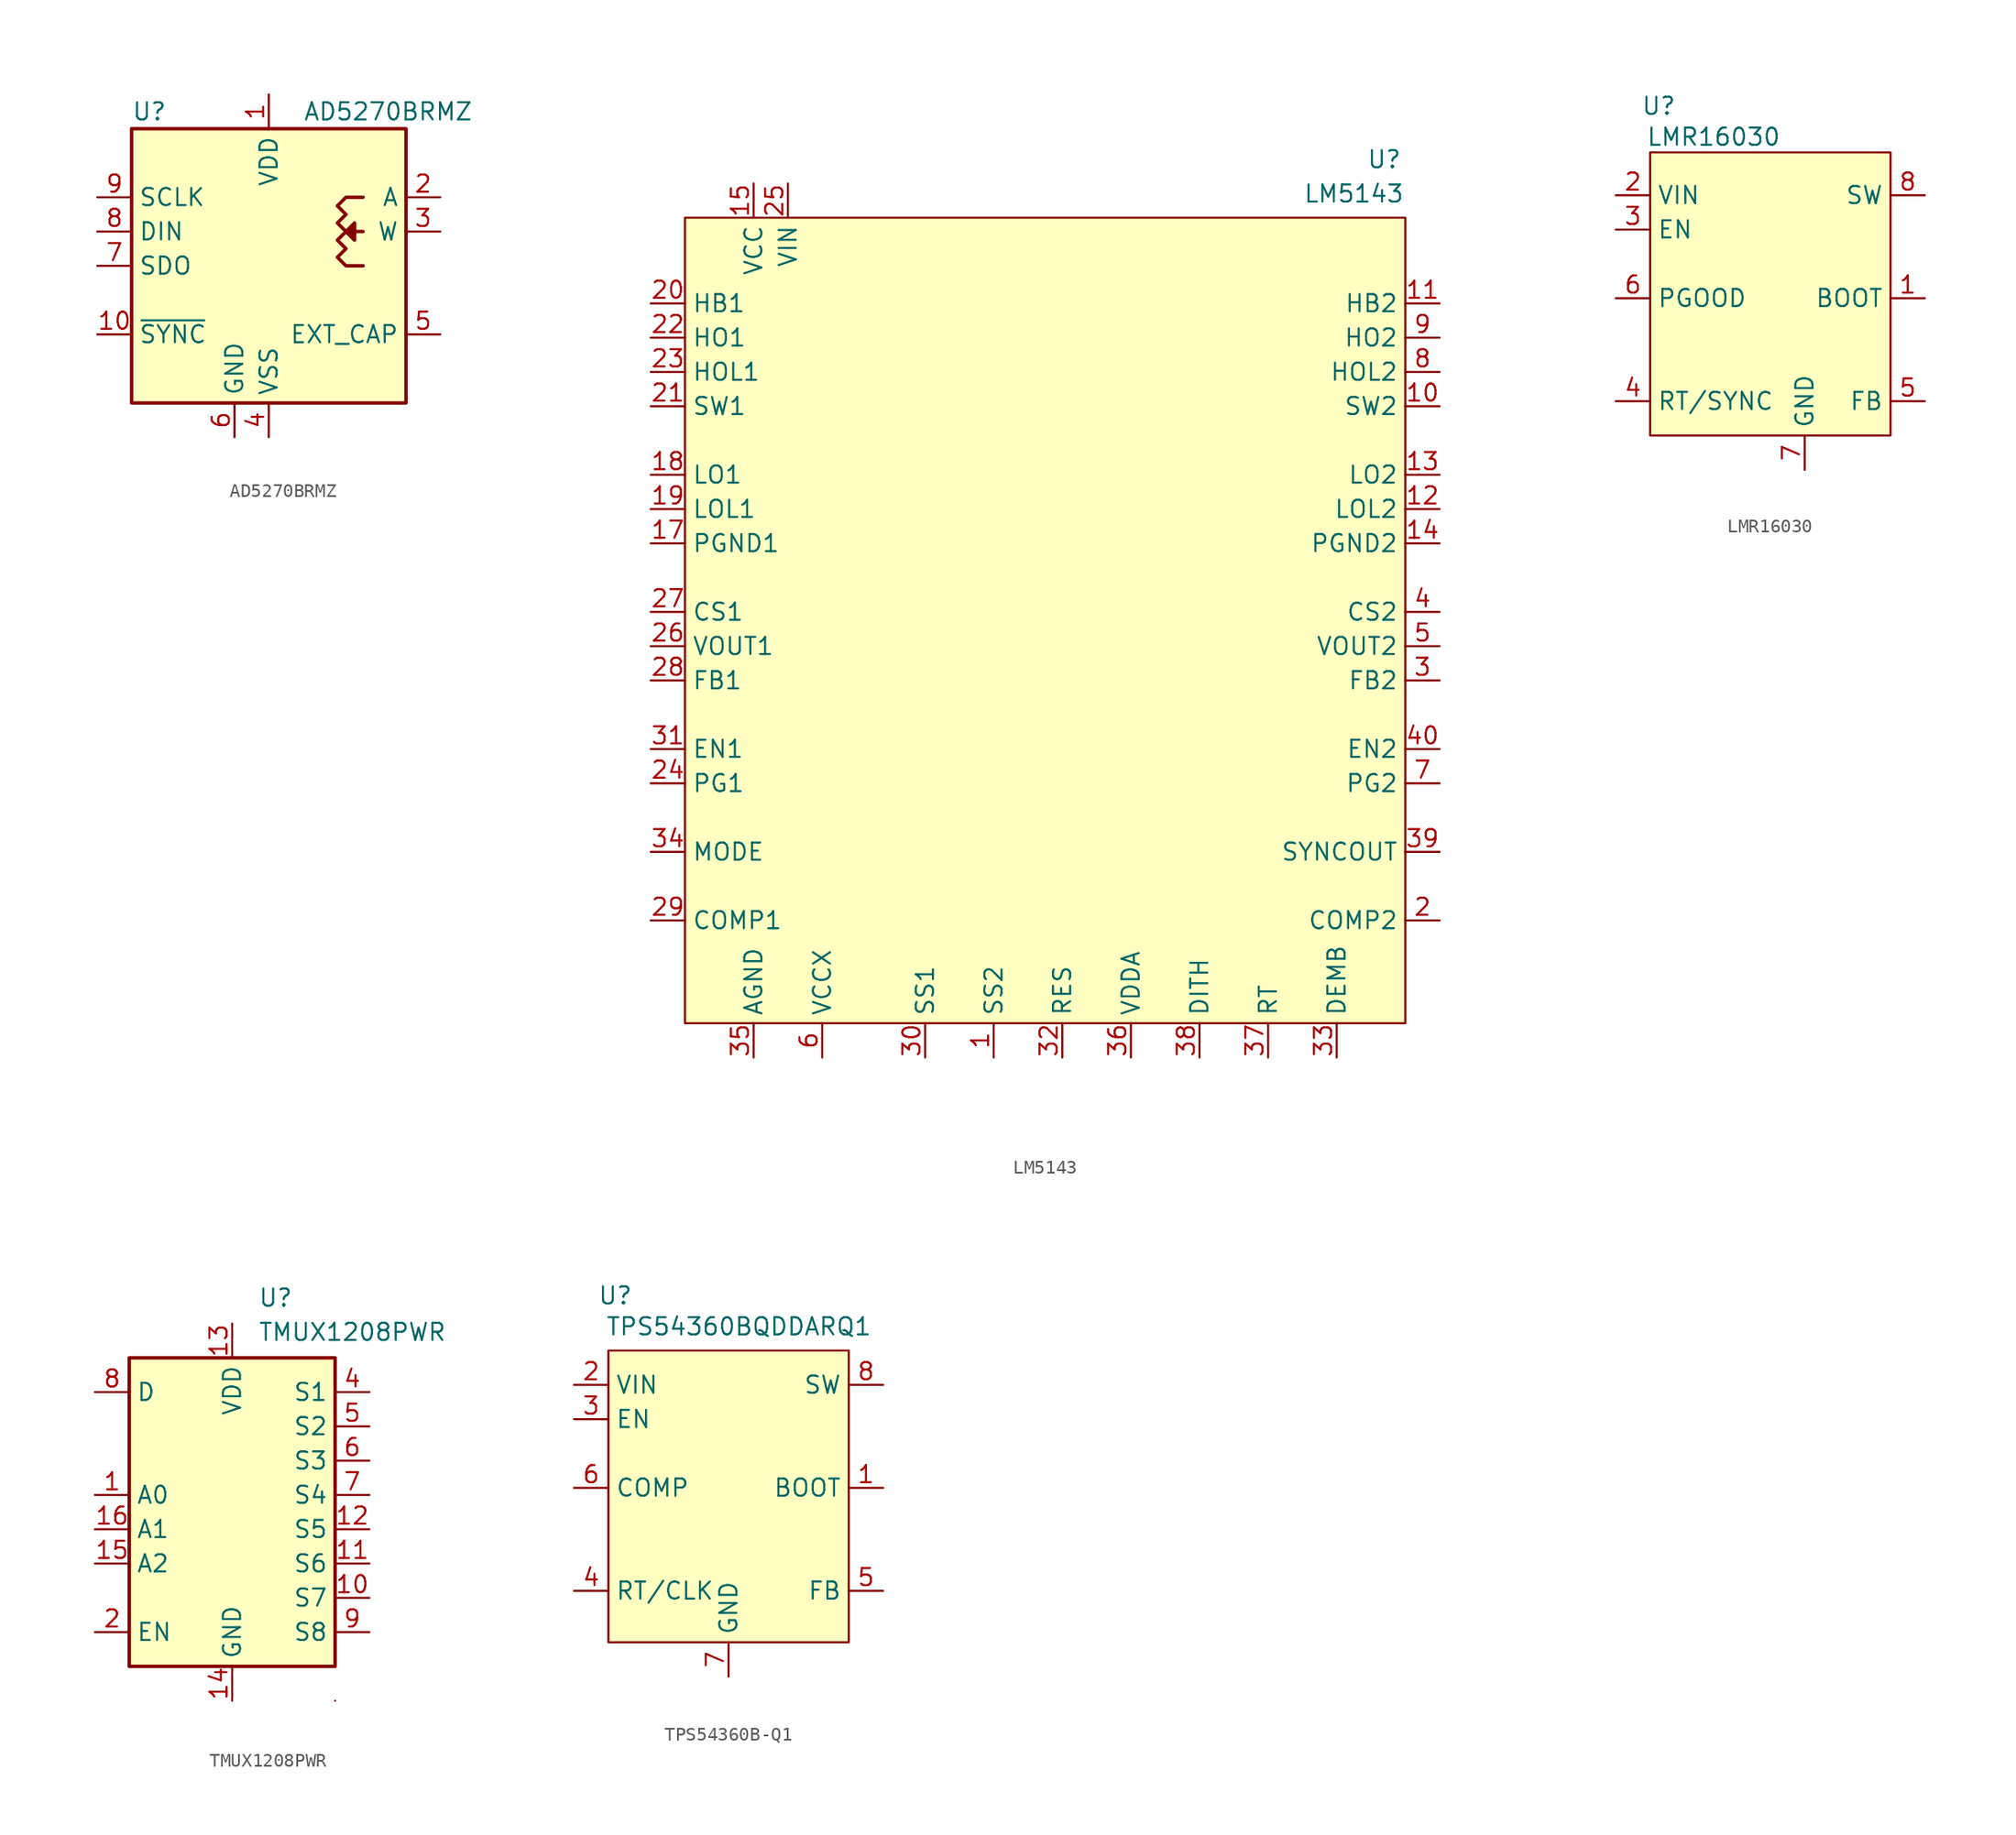
<source format=kicad_sym>
(kicad_symbol_lib
  (version 20231120)
  (generator "kicad_symbol_editor")
  (generator_version "8.0")
  (symbol "AD5270BRMZ"
    (property "Reference" "U"
      (at -10.16 11.43 0)
      (effects (font (size 1.27 1.27)) (justify left)))
    (property "Value" "AD5270BRMZ"
      (at 2.54 11.43 0)
      (effects (font (size 1.27 1.27)) (justify left)))
    (symbol "AD5270BRMZ_0_1"
      (rectangle (start -10.16 10.16) (end 10.16 -10.16) (stroke (width 0.254) (type default)) (fill (type background)))
      (polyline (pts (xy 6.985 2.54) (xy 6.35 2.54) (xy 5.715 2.54) (xy 6.35 3.175) (xy 6.35 1.905) (xy 5.715 2.54)) (stroke (width 0.254) (type default)) (fill (type outline)))
      (polyline (pts (xy 6.985 5.08) (xy 5.715 5.08) (xy 5.08 4.445) (xy 5.715 3.81) (xy 5.08 3.175) (xy 5.715 2.54) (xy 5.08 1.905) (xy 5.715 1.27) (xy 5.08 0.635) (xy 5.715 0) (xy 6.985 0)) (stroke (width 0.254) (type default)) (fill (type none))))
    (symbol "AD5270BRMZ_1_1"
      (pin power_in line (at 0 12.7 270) (length 2.54) (name "VDD" (effects (font (size 1.27 1.27)))) (number "1" (effects (font (size 1.27 1.27)))))
      (pin passive line (at -12.7 -5.08 0) (length 2.54) (name "~{SYNC}" (effects (font (size 1.27 1.27)))) (number "10" (effects (font (size 1.27 1.27)))))
      (pin passive line (at 0 -12.7 90) (length 2.54) hide (name "VSS" (effects (font (size 1.27 1.27)))) (number "11" (effects (font (size 1.27 1.27)))))
      (pin passive line (at 12.7 5.08 180) (length 2.54) (name "A" (effects (font (size 1.27 1.27)))) (number "2" (effects (font (size 1.27 1.27)))))
      (pin passive line (at 12.7 2.54 180) (length 2.54) (name "W" (effects (font (size 1.27 1.27)))) (number "3" (effects (font (size 1.27 1.27)))))
      (pin power_in line (at 0 -12.7 90) (length 2.54) (name "VSS" (effects (font (size 1.27 1.27)))) (number "4" (effects (font (size 1.27 1.27)))))
      (pin passive line (at 12.7 -5.08 180) (length 2.54) (name "EXT_CAP" (effects (font (size 1.27 1.27)))) (number "5" (effects (font (size 1.27 1.27)))))
      (pin power_in line (at -2.54 -12.7 90) (length 2.54) (name "GND" (effects (font (size 1.27 1.27)))) (number "6" (effects (font (size 1.27 1.27)))))
      (pin output line (at -12.7 0 0) (length 2.54) (name "SDO" (effects (font (size 1.27 1.27)))) (number "7" (effects (font (size 1.27 1.27)))))
      (pin input line (at -12.7 2.54 0) (length 2.54) (name "DIN" (effects (font (size 1.27 1.27)))) (number "8" (effects (font (size 1.27 1.27)))))
      (pin input line (at -12.7 5.08 0) (length 2.54) (name "SCLK" (effects (font (size 1.27 1.27)))) (number "9" (effects (font (size 1.27 1.27)))))))
  (symbol "LM5143"
    (property "Reference" "U"
      (at 40.386 25.908 0)
      (effects (font (size 1.27 1.27)) (justify right)))
    (property "Value" "LM5143"
      (at 36.83 23.368 0)
      (effects (font (size 1.27 1.27))))
    (symbol "LM5143_1_0"
      (pin input line (at 10.16 -40.64 90) (length 2.54) (name "SS2" (effects (font (size 1.27 1.27)))) (number "1" (effects (font (size 1.27 1.27)))))
      (pin power_out line (at 43.18 7.62 180) (length 2.54) (name "SW2" (effects (font (size 1.27 1.27)))) (number "10" (effects (font (size 1.27 1.27)))))
      (pin power_out line (at 43.18 15.24 180) (length 2.54) (name "HB2" (effects (font (size 1.27 1.27)))) (number "11" (effects (font (size 1.27 1.27)))))
      (pin output line (at 43.18 0 180) (length 2.54) (name "LOL2" (effects (font (size 1.27 1.27)))) (number "12" (effects (font (size 1.27 1.27)))))
      (pin output line (at 43.18 2.54 180) (length 2.54) (name "LO2" (effects (font (size 1.27 1.27)))) (number "13" (effects (font (size 1.27 1.27)))))
      (pin passive line (at 43.18 -2.54 180) (length 2.54) (name "PGND2" (effects (font (size 1.27 1.27)))) (number "14" (effects (font (size 1.27 1.27)))))
      (pin power_in line (at -7.62 24.13 270) (length 2.54) (name "VCC" (effects (font (size 1.27 1.27)))) (number "15" (effects (font (size 1.27 1.27)))))
      (pin power_in line (at -7.62 24.13 270) (length 2.54) hide (name "VCC" (effects (font (size 1.27 1.27)))) (number "16" (effects (font (size 1.27 1.27)))))
      (pin passive line (at -15.24 -2.54 0) (length 2.54) (name "PGND1" (effects (font (size 1.27 1.27)))) (number "17" (effects (font (size 1.27 1.27)))))
      (pin output line (at -15.24 2.54 0) (length 2.54) (name "LO1" (effects (font (size 1.27 1.27)))) (number "18" (effects (font (size 1.27 1.27)))))
      (pin output line (at -15.24 0 0) (length 2.54) (name "LOL1" (effects (font (size 1.27 1.27)))) (number "19" (effects (font (size 1.27 1.27)))))
      (pin output line (at 43.18 -30.48 180) (length 2.54) (name "COMP2" (effects (font (size 1.27 1.27)))) (number "2" (effects (font (size 1.27 1.27)))))
      (pin power_out line (at -15.24 15.24 0) (length 2.54) (name "HB1" (effects (font (size 1.27 1.27)))) (number "20" (effects (font (size 1.27 1.27)))))
      (pin power_out line (at -15.24 7.62 0) (length 2.54) (name "SW1" (effects (font (size 1.27 1.27)))) (number "21" (effects (font (size 1.27 1.27)))))
      (pin output line (at -15.24 12.7 0) (length 2.54) (name "HO1" (effects (font (size 1.27 1.27)))) (number "22" (effects (font (size 1.27 1.27)))))
      (pin output line (at -15.24 10.16 0) (length 2.54) (name "HOL1" (effects (font (size 1.27 1.27)))) (number "23" (effects (font (size 1.27 1.27)))))
      (pin output line (at -15.24 -20.32 0) (length 2.54) (name "PG1" (effects (font (size 1.27 1.27)))) (number "24" (effects (font (size 1.27 1.27)))))
      (pin power_in line (at -5.08 24.13 270) (length 2.54) (name "VIN" (effects (font (size 1.27 1.27)))) (number "25" (effects (font (size 1.27 1.27)))))
      (pin input line (at -15.24 -10.16 0) (length 2.54) (name "VOUT1" (effects (font (size 1.27 1.27)))) (number "26" (effects (font (size 1.27 1.27)))))
      (pin input line (at -15.24 -7.62 0) (length 2.54) (name "CS1" (effects (font (size 1.27 1.27)))) (number "27" (effects (font (size 1.27 1.27)))))
      (pin input line (at -15.24 -12.7 0) (length 2.54) (name "FB1" (effects (font (size 1.27 1.27)))) (number "28" (effects (font (size 1.27 1.27)))))
      (pin output line (at -15.24 -30.48 0) (length 2.54) (name "COMP1" (effects (font (size 1.27 1.27)))) (number "29" (effects (font (size 1.27 1.27)))))
      (pin input line (at 43.18 -12.7 180) (length 2.54) (name "FB2" (effects (font (size 1.27 1.27)))) (number "3" (effects (font (size 1.27 1.27)))))
      (pin input line (at 5.08 -40.64 90) (length 2.54) (name "SS1" (effects (font (size 1.27 1.27)))) (number "30" (effects (font (size 1.27 1.27)))))
      (pin input line (at -15.24 -17.78 0) (length 2.54) (name "EN1" (effects (font (size 1.27 1.27)))) (number "31" (effects (font (size 1.27 1.27)))))
      (pin output line (at 15.24 -40.64 90) (length 2.54) (name "RES" (effects (font (size 1.27 1.27)))) (number "32" (effects (font (size 1.27 1.27)))))
      (pin input line (at 35.56 -40.64 90) (length 2.54) (name "DEMB" (effects (font (size 1.27 1.27)))) (number "33" (effects (font (size 1.27 1.27)))))
      (pin input line (at -15.24 -25.4 0) (length 2.54) (name "MODE" (effects (font (size 1.27 1.27)))) (number "34" (effects (font (size 1.27 1.27)))))
      (pin passive line (at -7.62 -40.64 90) (length 2.54) (name "AGND" (effects (font (size 1.27 1.27)))) (number "35" (effects (font (size 1.27 1.27)))))
      (pin output line (at 20.32 -40.64 90) (length 2.54) (name "VDDA" (effects (font (size 1.27 1.27)))) (number "36" (effects (font (size 1.27 1.27)))))
      (pin input line (at 30.48 -40.64 90) (length 2.54) (name "RT" (effects (font (size 1.27 1.27)))) (number "37" (effects (font (size 1.27 1.27)))))
      (pin input line (at 25.4 -40.64 90) (length 2.54) (name "DITH" (effects (font (size 1.27 1.27)))) (number "38" (effects (font (size 1.27 1.27)))))
      (pin output line (at 43.18 -25.4 180) (length 2.54) (name "SYNCOUT" (effects (font (size 1.27 1.27)))) (number "39" (effects (font (size 1.27 1.27)))))
      (pin input line (at 43.18 -7.62 180) (length 2.54) (name "CS2" (effects (font (size 1.27 1.27)))) (number "4" (effects (font (size 1.27 1.27)))))
      (pin input line (at 43.18 -17.78 180) (length 2.54) (name "EN2" (effects (font (size 1.27 1.27)))) (number "40" (effects (font (size 1.27 1.27)))))
      (pin input line (at 43.18 -10.16 180) (length 2.54) (name "VOUT2" (effects (font (size 1.27 1.27)))) (number "5" (effects (font (size 1.27 1.27)))))
      (pin power_in line (at -2.54 -40.64 90) (length 2.54) (name "VCCX" (effects (font (size 1.27 1.27)))) (number "6" (effects (font (size 1.27 1.27)))))
      (pin output line (at 43.18 -20.32 180) (length 2.54) (name "PG2" (effects (font (size 1.27 1.27)))) (number "7" (effects (font (size 1.27 1.27)))))
      (pin output line (at 43.18 10.16 180) (length 2.54) (name "HOL2" (effects (font (size 1.27 1.27)))) (number "8" (effects (font (size 1.27 1.27)))))
      (pin output line (at 43.18 12.7 180) (length 2.54) (name "HO2" (effects (font (size 1.27 1.27)))) (number "9" (effects (font (size 1.27 1.27))))))
    (symbol "LM5143_1_1"
      (rectangle (start -12.7 21.59) (end 40.64 -38.1) (stroke (width 0) (type default)) (fill (type background)))))
  (symbol "LMR16030"
    (property "Reference" "U"
      (at -9.525 14.224 0)
      (effects (font (size 1.27 1.27))))
    (property "Value" "LMR16030"
      (at -5.461 11.938 0)
      (effects (font (size 1.27 1.27))))
    (symbol "LMR16030_1_0"
      (pin passive line (at 10.16 0 180) (length 2.54) (name "BOOT" (effects (font (size 1.27 1.27)))) (number "1" (effects (font (size 1.27 1.27)))))
      (pin passive line (at -12.7 5.08 0) (length 2.54) (name "EN" (effects (font (size 1.27 1.27)))) (number "3" (effects (font (size 1.27 1.27)))))
      (pin passive line (at -12.7 -7.62 0) (length 2.54) (name "RT/SYNC" (effects (font (size 1.27 1.27)))) (number "4" (effects (font (size 1.27 1.27)))))
      (pin passive line (at 10.16 -7.62 180) (length 2.54) (name "FB" (effects (font (size 1.27 1.27)))) (number "5" (effects (font (size 1.27 1.27)))))
      (pin open_collector line (at -12.7 0 0) (length 2.54) (name "PGOOD" (effects (font (size 1.27 1.27)))) (number "6" (effects (font (size 1.27 1.27)))))
      (pin passive line (at 1.27 -12.7 90) (length 2.54) (name "GND" (effects (font (size 1.27 1.27)))) (number "7" (effects (font (size 1.27 1.27)))))
      (pin power_out line (at 10.16 7.62 180) (length 2.54) (name "SW" (effects (font (size 1.27 1.27)))) (number "8" (effects (font (size 1.27 1.27)))))
      (pin passive line (at 1.27 -12.7 90) (length 2.54) hide (name "Thermal_Pad" (effects (font (size 1.27 1.27)))) (number "9" (effects (font (size 1.27 1.27))))))
    (symbol "LMR16030_1_1"
      (rectangle (start -10.16 10.795) (end 7.62 -10.16) (stroke (width 0) (type default)) (fill (type background)))
      (pin power_in line (at -12.7 7.62 0) (length 2.54) (name "VIN" (effects (font (size 1.27 1.27)))) (number "2" (effects (font (size 1.27 1.27)))))))
  (symbol "TMUX1208PWR"
    (property "Reference" "U"
      (at 1.905 15.875 0)
      (effects (font (size 1.27 1.27)) (justify left)))
    (property "Value" "TMUX1208PWR"
      (at 1.905 13.335 0)
      (effects (font (size 1.27 1.27)) (justify left)))
    (symbol "TMUX1208PWR_0_1"
      (rectangle (start -7.62 11.43) (end 7.62 -11.43) (stroke (width 0.254) (type default)) (fill (type background)))
      (rectangle (start 7.62 -13.97) (end 7.62 -13.97) (stroke (width 0) (type default)) (fill (type none))))
    (symbol "TMUX1208PWR_1_0"
      (pin no_connect line (at 3.175 -11.43 90) (length 2.54) hide (name "N.C." (effects (font (size 1.27 1.27)))) (number "3" (effects (font (size 1.27 1.27))))))
    (symbol "TMUX1208PWR_1_1"
      (pin input line (at -10.16 1.27 0) (length 2.54) (name "A0" (effects (font (size 1.27 1.27)))) (number "1" (effects (font (size 1.27 1.27)))))
      (pin bidirectional line (at 10.16 -6.35 180) (length 2.54) (name "S7" (effects (font (size 1.27 1.27)))) (number "10" (effects (font (size 1.27 1.27)))))
      (pin bidirectional line (at 10.16 -3.81 180) (length 2.54) (name "S6" (effects (font (size 1.27 1.27)))) (number "11" (effects (font (size 1.27 1.27)))))
      (pin bidirectional line (at 10.16 -1.27 180) (length 2.54) (name "S5" (effects (font (size 1.27 1.27)))) (number "12" (effects (font (size 1.27 1.27)))))
      (pin power_in line (at 0 13.97 270) (length 2.54) (name "VDD" (effects (font (size 1.27 1.27)))) (number "13" (effects (font (size 1.27 1.27)))))
      (pin power_in line (at 0 -13.97 90) (length 2.54) (name "GND" (effects (font (size 1.27 1.27)))) (number "14" (effects (font (size 1.27 1.27)))))
      (pin input line (at -10.16 -3.81 0) (length 2.54) (name "A2" (effects (font (size 1.27 1.27)))) (number "15" (effects (font (size 1.27 1.27)))))
      (pin input line (at -10.16 -1.27 0) (length 2.54) (name "A1" (effects (font (size 1.27 1.27)))) (number "16" (effects (font (size 1.27 1.27)))))
      (pin input line (at -10.16 -8.89 0) (length 2.54) (name "EN" (effects (font (size 1.27 1.27)))) (number "2" (effects (font (size 1.27 1.27)))))
      (pin bidirectional line (at 10.16 8.89 180) (length 2.54) (name "S1" (effects (font (size 1.27 1.27)))) (number "4" (effects (font (size 1.27 1.27)))))
      (pin bidirectional line (at 10.16 6.35 180) (length 2.54) (name "S2" (effects (font (size 1.27 1.27)))) (number "5" (effects (font (size 1.27 1.27)))))
      (pin bidirectional line (at 10.16 3.81 180) (length 2.54) (name "S3" (effects (font (size 1.27 1.27)))) (number "6" (effects (font (size 1.27 1.27)))))
      (pin bidirectional line (at 10.16 1.27 180) (length 2.54) (name "S4" (effects (font (size 1.27 1.27)))) (number "7" (effects (font (size 1.27 1.27)))))
      (pin bidirectional line (at -10.16 8.89 0) (length 2.54) (name "D" (effects (font (size 1.27 1.27)))) (number "8" (effects (font (size 1.27 1.27)))))
      (pin bidirectional line (at 10.16 -8.89 180) (length 2.54) (name "S8" (effects (font (size 1.27 1.27)))) (number "9" (effects (font (size 1.27 1.27)))))))
  (symbol "TPS54360B-Q1"
    (property "Reference" "U"
      (at -8.382 14.224 0)
      (effects (font (size 1.27 1.27))))
    (property "Value" "TPS54360BQDDARQ1"
      (at 0.762 11.938 0)
      (effects (font (size 1.27 1.27))))
    (symbol "TPS54360B-Q1_0_0"
      (pin output line (at 11.43 0 180) (length 2.54) (name "BOOT" (effects (font (size 1.27 1.27)))) (number "1" (effects (font (size 1.27 1.27)))))
      (pin power_in line (at -11.43 7.62 0) (length 2.54) (name "VIN" (effects (font (size 1.27 1.27)))) (number "2" (effects (font (size 1.27 1.27)))))
      (pin input line (at -11.43 5.08 0) (length 2.54) (name "EN" (effects (font (size 1.27 1.27)))) (number "3" (effects (font (size 1.27 1.27)))))
      (pin input line (at -11.43 -7.62 0) (length 2.54) (name "RT/CLK" (effects (font (size 1.27 1.27)))) (number "4" (effects (font (size 1.27 1.27)))))
      (pin input line (at 11.43 -7.62 180) (length 2.54) (name "FB" (effects (font (size 1.27 1.27)))) (number "5" (effects (font (size 1.27 1.27)))))
      (pin output line (at -11.43 0 0) (length 2.54) (name "COMP" (effects (font (size 1.27 1.27)))) (number "6" (effects (font (size 1.27 1.27)))))
      (pin passive line (at 0 -13.97 90) (length 2.54) (name "GND" (effects (font (size 1.27 1.27)))) (number "7" (effects (font (size 1.27 1.27)))))
      (pin power_out line (at 11.43 7.62 180) (length 2.54) (name "SW" (effects (font (size 1.27 1.27)))) (number "8" (effects (font (size 1.27 1.27)))))
      (pin passive line (at 0 -13.97 90) (length 2.54) hide (name "Thermal_Pad" (effects (font (size 1.27 1.27)))) (number "9" (effects (font (size 1.27 1.27))))))
    (symbol "TPS54360B-Q1_0_1"
      (rectangle (start -8.89 10.16) (end 8.89 -11.43) (stroke (width 0) (type default)) (fill (type background))))))
</source>
